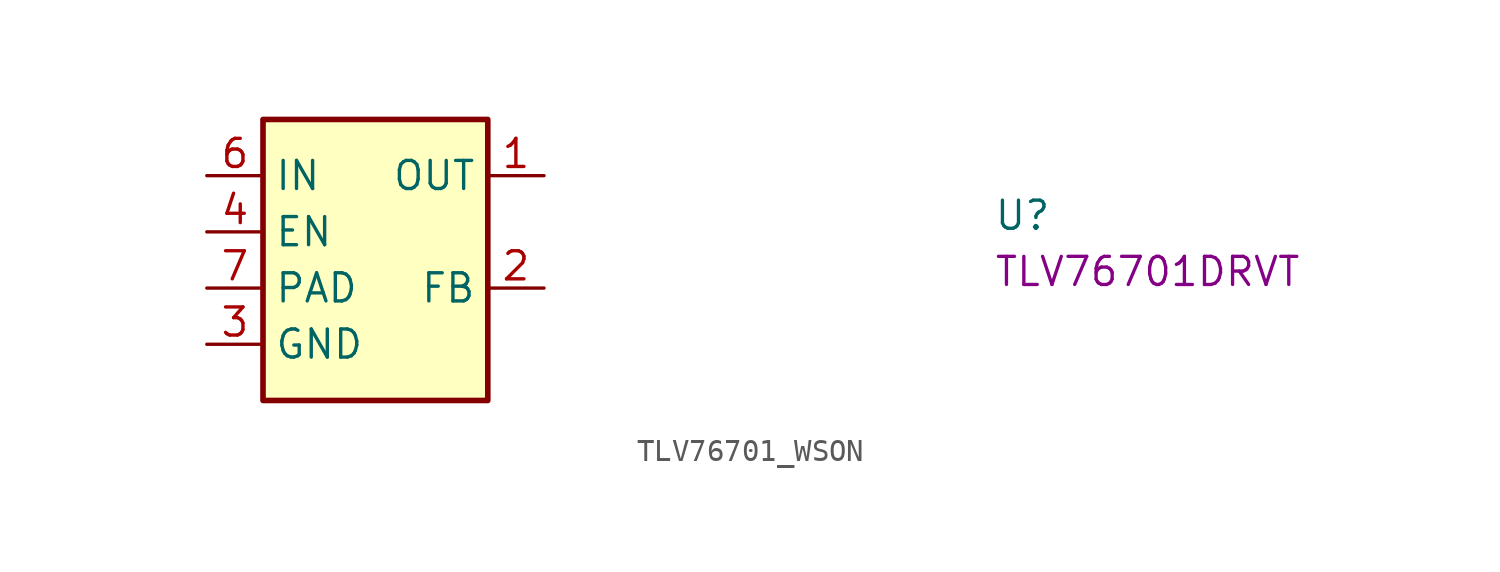
<source format=kicad_sym>
(kicad_symbol_lib
  (version 20220914)
  (generator kicad_symbol_editor)
  (symbol "TLV76701_WSON"
    (property "Reference" "U"
      (at 35.56 -2.54 0)
      (effects (font (size 1.27 1.27) (thickness 0.15)) (justify left bottom)))
    (property "MPN" "TLV76701DRVT"
      (at 35.56 -5.08 0)
      (effects (font (size 1.27 1.27) (thickness 0.15)) (justify left bottom)))
    (symbol "TLV76701_WSON_1_1"
      (rectangle (start 2.54 2.54) (end 12.7 -10.16) (stroke (width 0.254) (type default)) (fill (type background)))
      (pin power_out line (at 15.24 0 180) (length 2.54) (name "OUT" (effects (font (size 1.27 1.27)))) (number "1" (effects (font (size 1.27 1.27)))))
      (pin input line (at 15.24 -5.08 180) (length 2.54) (name "FB" (effects (font (size 1.27 1.27)))) (number "2" (effects (font (size 1.27 1.27)))))
      (pin power_in line (at 0 -7.62 0) (length 2.54) (name "GND" (effects (font (size 1.27 1.27)))) (number "3" (effects (font (size 1.27 1.27)))))
      (pin input line (at 0 -2.54 0) (length 2.54) (name "EN" (effects (font (size 1.27 1.27)))) (number "4" (effects (font (size 1.27 1.27)))))
      (pin power_in line (at 0 -7.62 0) (length 2.54) hide (name "GND" (effects (font (size 1.27 1.27)))) (number "5" (effects (font (size 1.27 1.27)))))
      (pin power_in line (at 0 0 0) (length 2.54) (name "IN" (effects (font (size 1.27 1.27)))) (number "6" (effects (font (size 1.27 1.27)))))
      (pin power_in line (at 0 -5.08 0) (length 2.54) (name "PAD" (effects (font (size 1.27 1.27)))) (number "7" (effects (font (size 1.27 1.27))))))))
</source>
